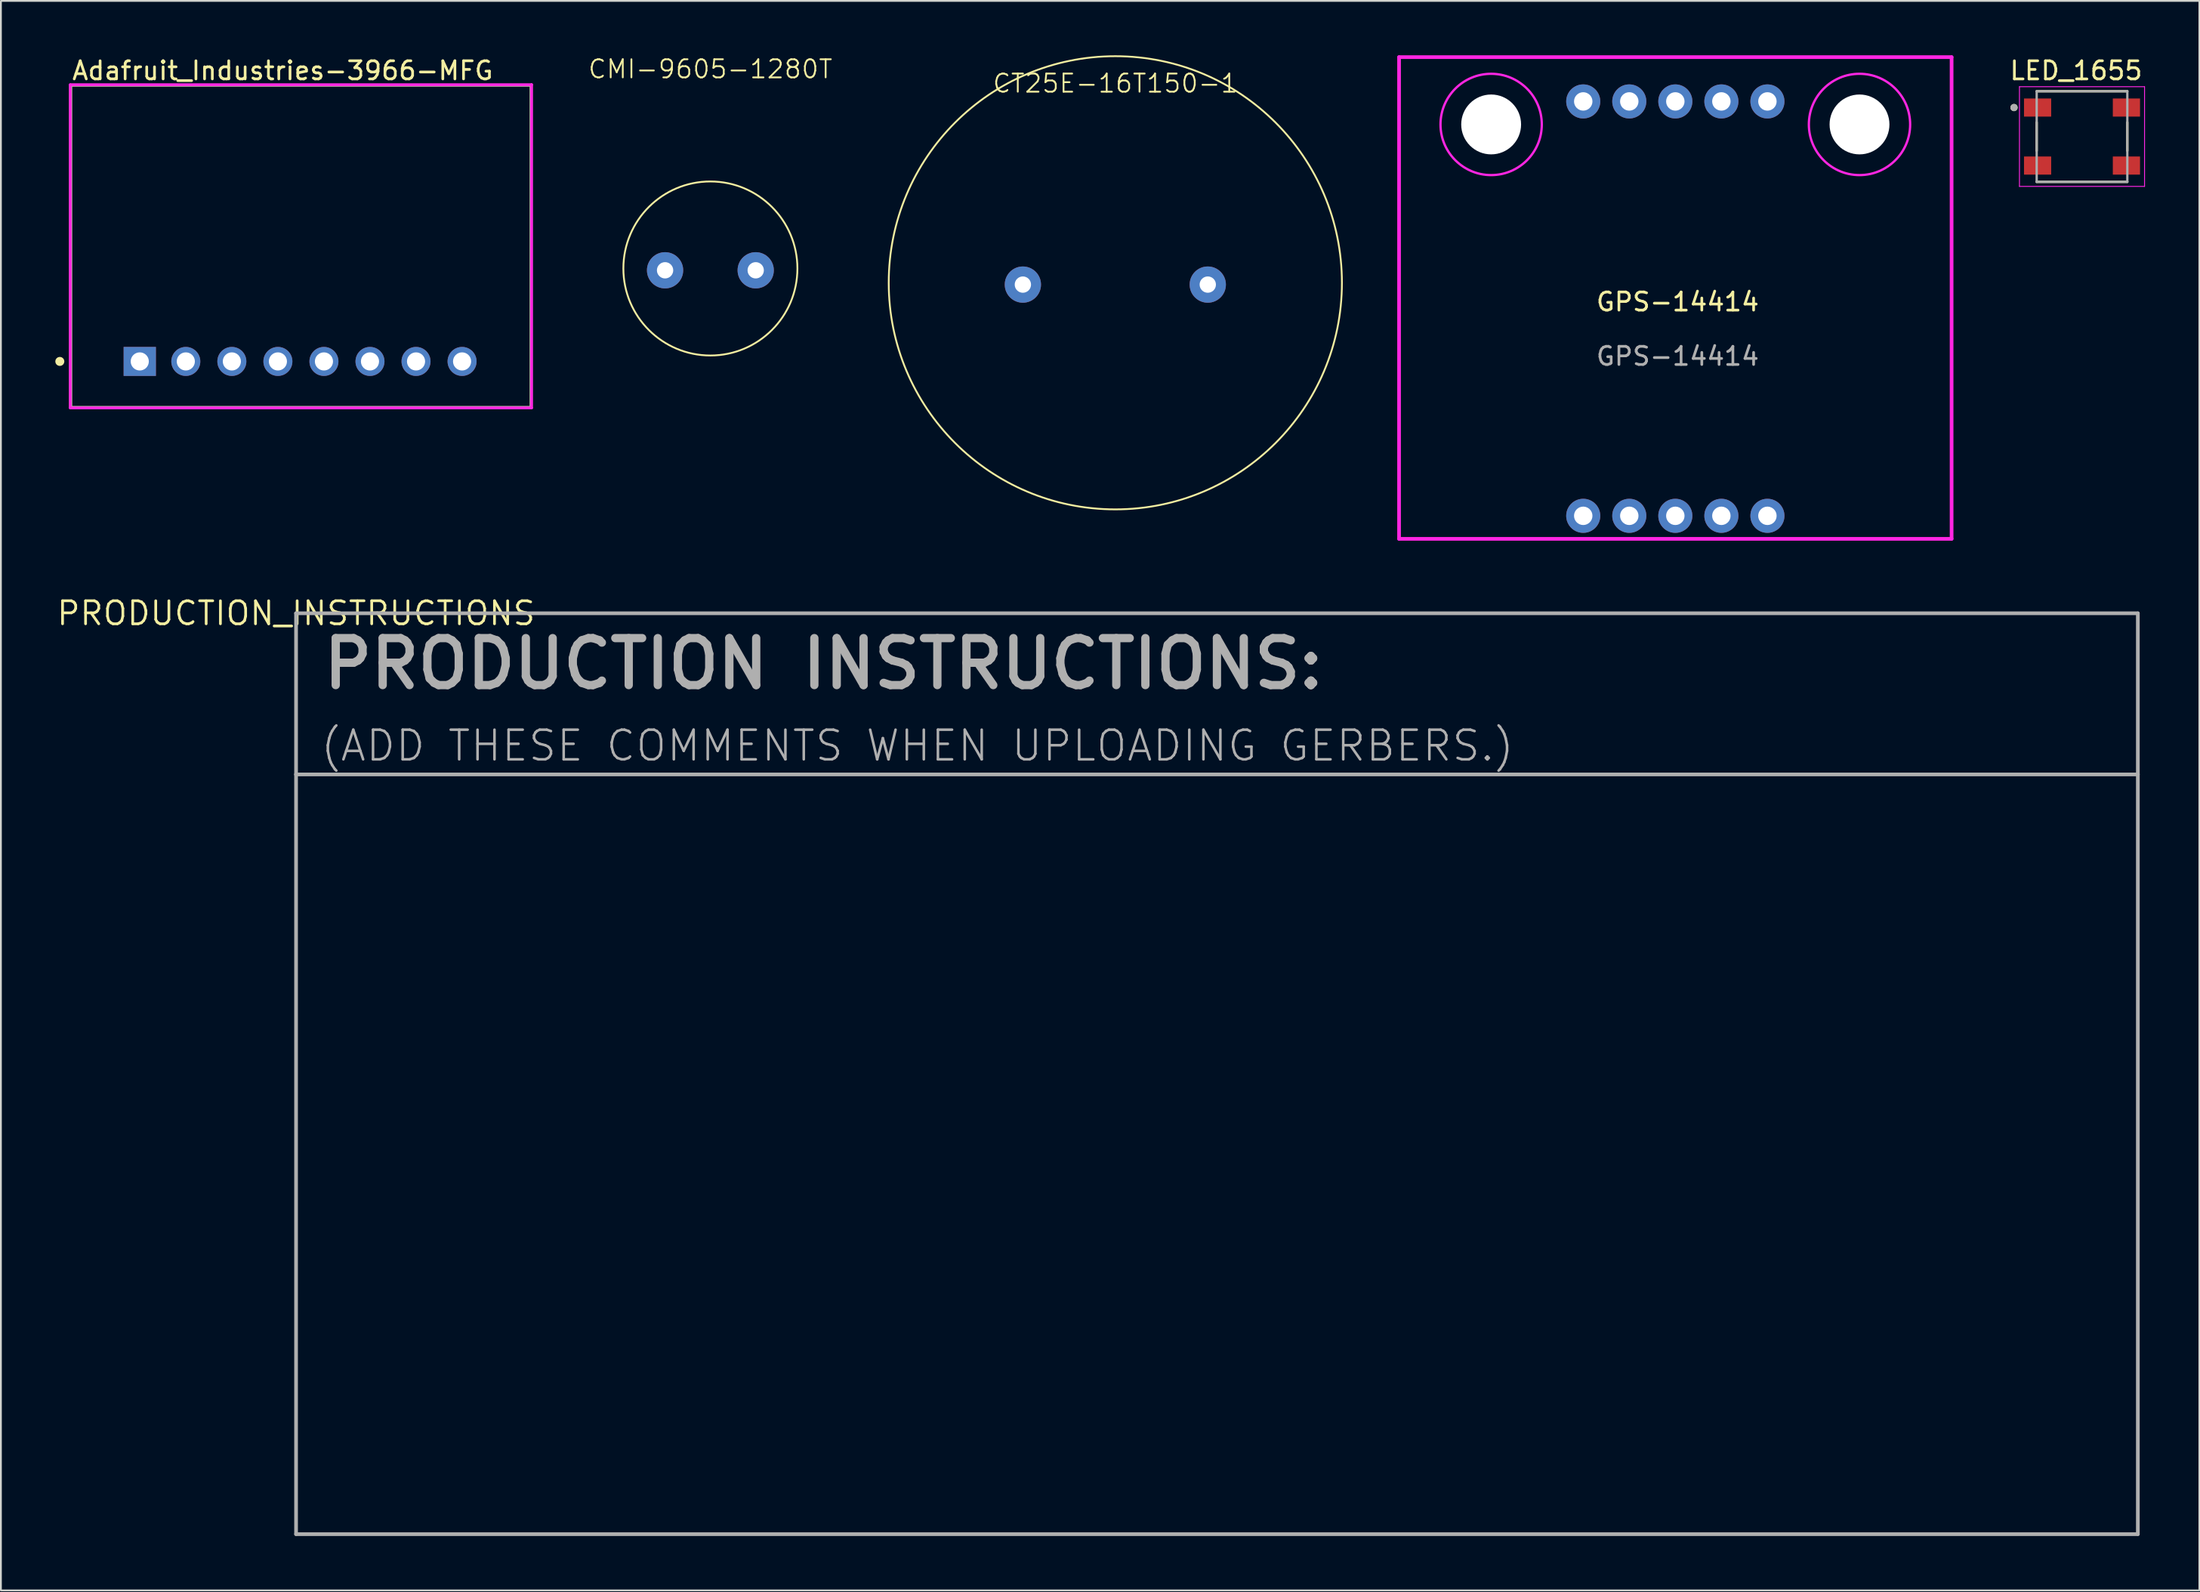
<source format=kicad_pcb>
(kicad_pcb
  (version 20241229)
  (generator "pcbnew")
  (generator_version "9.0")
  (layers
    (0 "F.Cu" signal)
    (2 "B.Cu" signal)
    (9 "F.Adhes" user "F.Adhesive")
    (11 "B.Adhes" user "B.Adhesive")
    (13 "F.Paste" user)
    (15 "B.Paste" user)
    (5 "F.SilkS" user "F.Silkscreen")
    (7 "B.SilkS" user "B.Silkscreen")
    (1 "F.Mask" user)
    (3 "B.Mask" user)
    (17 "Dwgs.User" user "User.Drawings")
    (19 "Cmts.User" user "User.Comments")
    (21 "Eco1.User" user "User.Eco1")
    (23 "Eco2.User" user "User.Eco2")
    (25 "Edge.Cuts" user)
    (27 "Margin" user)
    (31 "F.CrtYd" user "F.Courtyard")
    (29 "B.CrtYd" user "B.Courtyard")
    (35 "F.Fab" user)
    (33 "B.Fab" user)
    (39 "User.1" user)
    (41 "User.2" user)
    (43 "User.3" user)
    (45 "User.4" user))
  (footprint "LED_1655"
    (layer "F.Cu")
    (at 111.802 4.483)
    (property "Reference" "LED_1655" (at -0.325 -3.635 0) (layer "F.SilkS") (effects (font (size 1 1) (thickness 0.15))))
    (attr smd)
    (fp_line (start -2.5 0.786) (end -2.5 -0.786) (stroke (width 0.127) (type solid)) (layer "F.SilkS"))
    (fp_line (start -2.5 2.5) (end 2.5 2.5) (stroke (width 0.127) (type solid)) (layer "F.SilkS"))
    (fp_line (start 2.5 -2.5) (end -2.5 -2.5) (stroke (width 0.127) (type solid)) (layer "F.SilkS"))
    (fp_line (start 2.5 0.786) (end 2.5 -0.786) (stroke (width 0.127) (type solid)) (layer "F.SilkS"))
    (fp_circle (center -3.75 -1.6) (end -3.65 -1.6) (stroke (width 0.2) (type solid)) (fill no) (layer "F.SilkS"))
    (fp_line (start -3.45 -2.75) (end 3.45 -2.75) (stroke (width 0.05) (type solid)) (layer "F.CrtYd"))
    (fp_line (start -3.45 2.75) (end -3.45 -2.75) (stroke (width 0.05) (type solid)) (layer "F.CrtYd"))
    (fp_line (start 3.45 -2.75) (end 3.45 2.75) (stroke (width 0.05) (type solid)) (layer "F.CrtYd"))
    (fp_line (start 3.45 2.75) (end -3.45 2.75) (stroke (width 0.05) (type solid)) (layer "F.CrtYd"))
    (fp_line (start -2.5 -2.5) (end -2.5 2.5) (stroke (width 0.127) (type solid)) (layer "F.Fab"))
    (fp_line (start -2.5 2.5) (end 2.5 2.5) (stroke (width 0.127) (type solid)) (layer "F.Fab"))
    (fp_line (start 2.5 -2.5) (end -2.5 -2.5) (stroke (width 0.127) (type solid)) (layer "F.Fab"))
    (fp_line (start 2.5 2.5) (end 2.5 -2.5) (stroke (width 0.127) (type solid)) (layer "F.Fab"))
    (fp_circle (center -3.75 -1.6) (end -3.65 -1.6) (stroke (width 0.2) (type solid)) (fill no) (layer "F.Fab"))
    (pad "1" smd rect (at -2.45 -1.6 90) (size 1 1.5) (layers "F.Cu" "F.Mask" "F.Paste"))
    (pad "2" smd rect (at -2.45 1.6 90) (size 1 1.5) (layers "F.Cu" "F.Mask" "F.Paste"))
    (pad "3" smd rect (at 2.45 1.6 90) (size 1 1.5) (layers "F.Cu" "F.Mask" "F.Paste"))
    (pad "4" smd rect (at 2.45 -1.6 90) (size 1 1.5) (layers "F.Cu" "F.Mask" "F.Paste")))
  (footprint "CMI-9605-1280T"
    (layer "F.Cu")
    (at 36.138 11.861)
    (property "Reference" "CMI-9605-1280T" (at 0 -11.1 0) (unlocked yes) (layer "F.SilkS") (effects (font (size 1 1) (thickness 0.1))))
    (attr smd)
    (fp_circle (center 0 -0.1) (end 4.8 -0.1) (stroke (width 0.1) (type default)) (fill no) (layer "F.SilkS"))
    (pad "1" thru_hole circle (at -2.5 0) (size 2 2) (drill 0.9) (layers "*.Cu" "*.Mask"))
    (pad "2" thru_hole circle (at 2.5 0) (size 2 2) (drill 0.9) (layers "*.Cu" "*.Mask")))
  (footprint "PRODUCTION_INSTRUCTIONS"
    (layer "F.Cu")
    (at 13.282 30.782)
    (property "Reference" "PRODUCTION_INSTRUCTIONS" (at 0 0 0) (layer "F.SilkS") (effects (font (size 1.27 1.27) (thickness 0.15))))
    (fp_line (start 0 0) (end 101.6 0) (stroke (width 0.203) (type solid)) (layer "F.Fab"))
    (fp_line (start 0 8.89) (end 0 0) (stroke (width 0.203) (type solid)) (layer "F.Fab"))
    (fp_line (start 0 8.89) (end 101.6 8.89) (stroke (width 0.203) (type solid)) (layer "F.Fab"))
    (fp_line (start 0 50.8) (end 0 8.89) (stroke (width 0.203) (type solid)) (layer "F.Fab"))
    (fp_line (start 101.6 0) (end 101.6 8.89) (stroke (width 0.203) (type solid)) (layer "F.Fab"))
    (fp_line (start 101.6 8.89) (end 101.6 50.8) (stroke (width 0.203) (type solid)) (layer "F.Fab"))
    (fp_line (start 101.6 50.8) (end 0 50.8) (stroke (width 0.203) (type solid)) (layer "F.Fab"))
    (fp_text user "PRODUCTION INSTRUCTIONS:" (at 1.27 1.27 0) (layer "F.Fab") (effects (font (size 2.591 2.591) (thickness 0.457)) (justify left top)))
    (fp_text user "(ADD THESE COMMENTS WHEN UPLOADING GERBERS.)" (at 1.27 6.35 0) (layer "F.Fab") (effects (font (size 1.636 1.636) (thickness 0.142)) (justify left top))))
  (footprint "GPS-14414"
    (layer "F.Cu")
    (at 89.495 14.102)
    (property "Reference" "GPS-14414" (at 0 -0.5 0) (unlocked yes) (layer "F.SilkS") (effects (font (size 1 1) (thickness 0.15))))
    (attr smd)
    (fp_line (start -15.367 -14) (end 15.113 -14) (stroke (width 0.203) (type solid)) (layer "F.CrtYd"))
    (fp_line (start -15.367 12.573) (end -15.367 -14) (stroke (width 0.203) (type solid)) (layer "F.CrtYd"))
    (fp_line (start 15.113 -14) (end 15.113 12.573) (stroke (width 0.203) (type solid)) (layer "F.CrtYd"))
    (fp_line (start 15.113 12.573) (end -15.367 12.573) (stroke (width 0.203) (type solid)) (layer "F.CrtYd"))
    (fp_circle (center -10.287 -10.287) (end -7.493 -10.287) (stroke (width 0.127) (type solid)) (fill no) (layer "F.CrtYd"))
    (fp_circle (center 10.033 -10.287) (end 12.827 -10.287) (stroke (width 0.127) (type solid)) (fill no) (layer "F.CrtYd"))
    (fp_text user "${REFERENCE}" (at 0 2.5 0) (unlocked yes) (layer "F.Fab") (effects (font (size 1 1) (thickness 0.15))))
    (pad "" np_thru_hole circle (at -10.287 -10.287) (size 3.302 3.302) (drill 3.302) (layers "*.Cu" "*.Mask"))
    (pad "" np_thru_hole circle (at 10.033 -10.287) (size 3.302 3.302) (drill 3.302) (layers "*.Cu" "*.Mask"))
    (pad "1" thru_hole circle (at -5.207 -11.557 90) (size 1.88 1.88) (drill 1.016) (layers "*.Cu" "*.Mask"))
    (pad "2" thru_hole circle (at -2.667 -11.557 90) (size 1.88 1.88) (drill 1.016) (layers "*.Cu" "*.Mask"))
    (pad "3" thru_hole circle (at -0.127 -11.557 90) (size 1.88 1.88) (drill 1.016) (layers "*.Cu" "*.Mask"))
    (pad "4" thru_hole circle (at 2.413 -11.557 90) (size 1.88 1.88) (drill 1.016) (layers "*.Cu" "*.Mask"))
    (pad "5" thru_hole circle (at 4.953 -11.557 90) (size 1.88 1.88) (drill 1.016) (layers "*.Cu" "*.Mask"))
    (pad "6" thru_hole circle (at -5.207 11.303 90) (size 1.88 1.88) (drill 1.016) (layers "*.Cu" "*.Mask"))
    (pad "7" thru_hole circle (at -2.667 11.303 90) (size 1.88 1.88) (drill 1.016) (layers "*.Cu" "*.Mask"))
    (pad "8" thru_hole circle (at -0.127 11.303 90) (size 1.88 1.88) (drill 1.016) (layers "*.Cu" "*.Mask"))
    (pad "9" thru_hole circle (at 2.413 11.303 90) (size 1.88 1.88) (drill 1.016) (layers "*.Cu" "*.Mask"))
    (pad "10" thru_hole circle (at 4.953 11.303 90) (size 1.88 1.88) (drill 1.016) (layers "*.Cu" "*.Mask")))
  (footprint "CT25E-16T150-1"
    (layer "F.Cu")
    (at 58.476 12.65)
    (property "Reference" "CT25E-16T150-1" (at 0 -11.1 0) (unlocked yes) (layer "F.SilkS") (effects (font (size 1 1) (thickness 0.1))))
    (attr smd)
    (fp_circle (center 0 -0.1) (end 12.5 -0.1) (stroke (width 0.1) (type default)) (fill no) (layer "F.SilkS"))
    (pad "1" thru_hole circle (at -5.1 0) (size 2 2) (drill 0.9) (layers "*.Cu" "*.Mask"))
    (pad "2" thru_hole circle (at 5.1 0) (size 2 2) (drill 0.9) (layers "*.Cu" "*.Mask")))
  (footprint "Adafruit_Industries-3966-MFG"
    (layer "F.Cu")
    (at 13.55 10.538)
    (property "Reference" "Adafruit_Industries-3966-MFG" (at -12.7 -9.69 0) (layer "F.SilkS") (effects (font (size 1 1) (thickness 0.15)) (justify left)))
    (attr through_hole)
    (fp_line (start -12.7 -8.89) (end 12.7 -8.89) (stroke (width 0.15) (type solid)) (layer "F.SilkS"))
    (fp_line (start -12.7 8.89) (end -12.7 -8.89) (stroke (width 0.15) (type solid)) (layer "F.SilkS"))
    (fp_line (start -12.7 8.89) (end 12.7 8.89) (stroke (width 0.15) (type solid)) (layer "F.SilkS"))
    (fp_line (start 12.7 8.89) (end 12.7 -8.89) (stroke (width 0.15) (type solid)) (layer "F.SilkS"))
    (fp_circle (center -13.3 6.35) (end -13.175 6.35) (stroke (width 0.25) (type solid)) (fill no) (layer "F.SilkS"))
    (fp_line (start -12.725 -8.915) (end -12.725 8.915) (stroke (width 0.15) (type solid)) (layer "F.CrtYd"))
    (fp_line (start -12.725 8.915) (end 12.725 8.915) (stroke (width 0.15) (type solid)) (layer "F.CrtYd"))
    (fp_line (start 12.725 -8.915) (end -12.725 -8.915) (stroke (width 0.15) (type solid)) (layer "F.CrtYd"))
    (fp_line (start 12.725 -8.915) (end 12.725 -8.915) (stroke (width 0.15) (type solid)) (layer "F.CrtYd"))
    (fp_line (start 12.725 8.915) (end 12.725 -8.915) (stroke (width 0.15) (type solid)) (layer "F.CrtYd"))
    (fp_line (start -12.7 -8.89) (end 12.7 -8.89) (stroke (width 0.15) (type solid)) (layer "F.Fab"))
    (fp_line (start -12.7 8.89) (end -12.7 -8.89) (stroke (width 0.15) (type solid)) (layer "F.Fab"))
    (fp_line (start 12.7 -8.89) (end 12.7 8.89) (stroke (width 0.15) (type solid)) (layer "F.Fab"))
    (fp_line (start 12.7 8.89) (end -12.7 8.89) (stroke (width 0.15) (type solid)) (layer "F.Fab"))
    (pad "1" thru_hole rect (at -8.89 6.35 90) (size 1.6 1.78) (drill 1) (layers "*.Cu" "*.Mask"))
    (pad "2" thru_hole circle (at -6.35 6.35 90) (size 1.6 1.6) (drill 1) (layers "*.Cu" "*.Mask"))
    (pad "3" thru_hole circle (at -3.81 6.35 90) (size 1.6 1.6) (drill 1) (layers "*.Cu" "*.Mask"))
    (pad "4" thru_hole circle (at -1.27 6.35 90) (size 1.6 1.6) (drill 1) (layers "*.Cu" "*.Mask"))
    (pad "5" thru_hole circle (at 1.27 6.35 90) (size 1.6 1.6) (drill 1) (layers "*.Cu" "*.Mask"))
    (pad "6" thru_hole circle (at 3.81 6.35 90) (size 1.6 1.6) (drill 1) (layers "*.Cu" "*.Mask"))
    (pad "7" thru_hole circle (at 6.35 6.35 90) (size 1.6 1.6) (drill 1) (layers "*.Cu" "*.Mask"))
    (pad "8" thru_hole circle (at 8.89 6.35 90) (size 1.6 1.6) (drill 1) (layers "*.Cu" "*.Mask")))
  (gr_rect
    (start -3 -3)
    (end 118.277 84.684)
    (stroke (width 0.1) (type default))
    (fill no)
    (layer "Edge.Cuts")))
</source>
